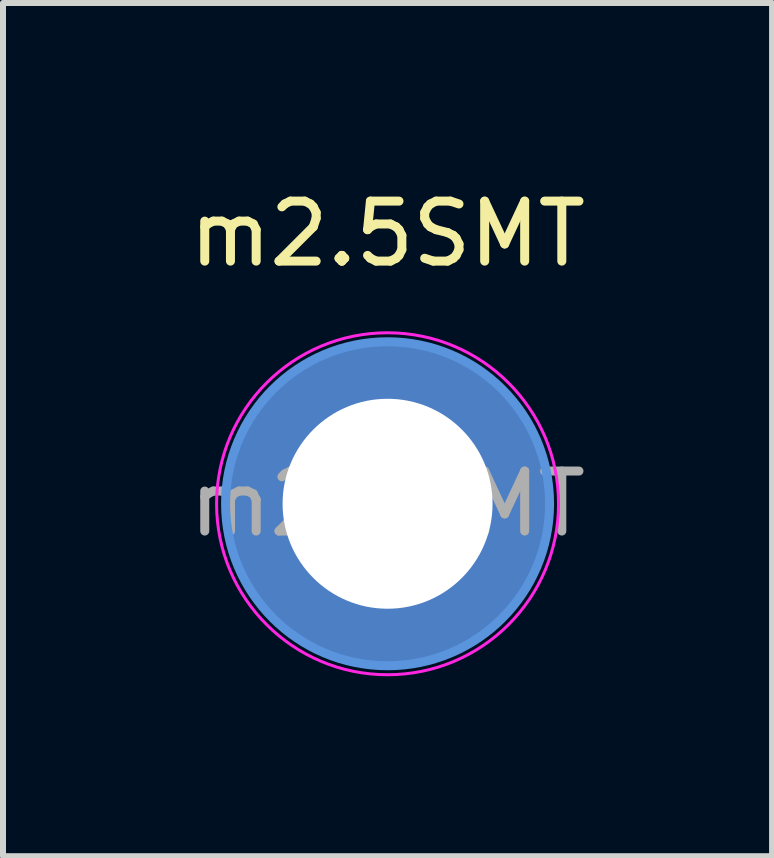
<source format=kicad_pcb>
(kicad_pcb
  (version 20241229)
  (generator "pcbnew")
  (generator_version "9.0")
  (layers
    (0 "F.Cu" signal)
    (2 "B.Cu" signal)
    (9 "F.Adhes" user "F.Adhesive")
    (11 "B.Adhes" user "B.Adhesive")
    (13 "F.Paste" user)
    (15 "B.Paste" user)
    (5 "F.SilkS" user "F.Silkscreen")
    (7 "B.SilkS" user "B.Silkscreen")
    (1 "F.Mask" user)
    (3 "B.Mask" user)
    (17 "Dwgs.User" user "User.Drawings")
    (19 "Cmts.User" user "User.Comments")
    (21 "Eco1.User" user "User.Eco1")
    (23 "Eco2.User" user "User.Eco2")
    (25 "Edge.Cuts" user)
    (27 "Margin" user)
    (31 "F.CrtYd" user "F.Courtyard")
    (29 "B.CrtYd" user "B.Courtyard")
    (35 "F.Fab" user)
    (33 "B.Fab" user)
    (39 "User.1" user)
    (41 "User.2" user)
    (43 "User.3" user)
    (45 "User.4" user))
  (footprint "m2.5SMT"
    (layer "F.Cu")
    (at 3.411 5.348)
    (property "Reference" "m2.5SMT" (at 0 -4.5 0) (layer "F.SilkS") (effects (font (size 1 1) (thickness 0.15))))
    (attr exclude_from_pos_files exclude_from_bom)
    (fp_circle (center 0 0) (end 2.7 -0.05) (stroke (width 0.15) (type solid)) (fill no) (layer "Cmts.User"))
    (fp_circle (center 0 0) (end 2.85 -0.05) (stroke (width 0.05) (type solid)) (fill no) (layer "F.CrtYd"))
    (fp_text user "${REFERENCE}" (at 0 0 0) (layer "F.Fab") (effects (font (size 1 1) (thickness 0.15))))
    (pad "1" thru_hole circle (at 0 0) (size 5.4 5.4) (drill 3.5) (layers "*.Cu" "*.Mask")))
  (gr_rect
    (start -3 -3)
    (end 9.821 11.224)
    (stroke (width 0.1) (type default))
    (fill no)
    (layer "Edge.Cuts")))
</source>
